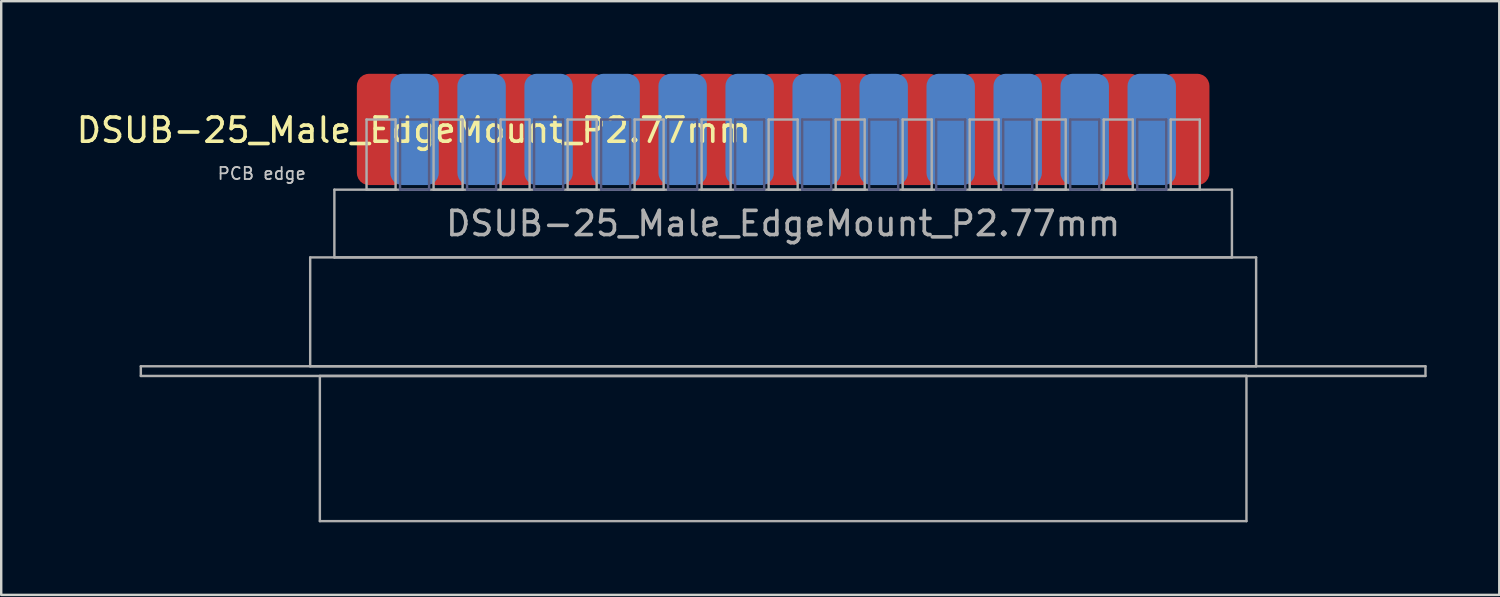
<source format=kicad_pcb>
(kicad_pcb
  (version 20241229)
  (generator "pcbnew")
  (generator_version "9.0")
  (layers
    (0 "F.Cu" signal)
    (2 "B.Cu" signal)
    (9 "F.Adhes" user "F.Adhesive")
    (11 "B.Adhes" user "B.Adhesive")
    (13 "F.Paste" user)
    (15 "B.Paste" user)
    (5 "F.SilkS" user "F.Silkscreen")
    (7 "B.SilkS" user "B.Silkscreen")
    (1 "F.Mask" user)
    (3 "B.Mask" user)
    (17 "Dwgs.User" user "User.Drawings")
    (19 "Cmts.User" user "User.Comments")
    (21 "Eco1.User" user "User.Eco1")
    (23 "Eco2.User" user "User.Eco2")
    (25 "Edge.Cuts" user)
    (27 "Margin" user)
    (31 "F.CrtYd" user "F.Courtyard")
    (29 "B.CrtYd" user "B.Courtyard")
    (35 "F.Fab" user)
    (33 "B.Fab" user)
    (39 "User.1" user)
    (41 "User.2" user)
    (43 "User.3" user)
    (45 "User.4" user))
  (footprint "DSUB-25_Male_EdgeMount_P2.77mm"
    (layer "F.Cu")
    (at 29.321 2.8)
    (property "Reference" "DSUB-25_Male_EdgeMount_P2.77mm" (at -15.267 -0.469 0) (layer "F.SilkS") (effects (font (size 1 1) (thickness 0.15))))
    (attr smd)
    (fp_line (start -15.835 -0.91) (end -15.835 1.99) (stroke (width 0.1) (type solid)) (layer "B.Fab"))
    (fp_line (start -15.835 1.99) (end -14.635 1.99) (stroke (width 0.1) (type solid)) (layer "B.Fab"))
    (fp_line (start -14.635 -0.91) (end -15.835 -0.91) (stroke (width 0.1) (type solid)) (layer "B.Fab"))
    (fp_line (start -14.635 1.99) (end -14.635 -0.91) (stroke (width 0.1) (type solid)) (layer "B.Fab"))
    (fp_line (start -13.065 -0.91) (end -13.065 1.99) (stroke (width 0.1) (type solid)) (layer "B.Fab"))
    (fp_line (start -13.065 1.99) (end -11.865 1.99) (stroke (width 0.1) (type solid)) (layer "B.Fab"))
    (fp_line (start -11.865 -0.91) (end -13.065 -0.91) (stroke (width 0.1) (type solid)) (layer "B.Fab"))
    (fp_line (start -11.865 1.99) (end -11.865 -0.91) (stroke (width 0.1) (type solid)) (layer "B.Fab"))
    (fp_line (start -10.295 -0.91) (end -10.295 1.99) (stroke (width 0.1) (type solid)) (layer "B.Fab"))
    (fp_line (start -10.295 1.99) (end -9.095 1.99) (stroke (width 0.1) (type solid)) (layer "B.Fab"))
    (fp_line (start -9.095 -0.91) (end -10.295 -0.91) (stroke (width 0.1) (type solid)) (layer "B.Fab"))
    (fp_line (start -9.095 1.99) (end -9.095 -0.91) (stroke (width 0.1) (type solid)) (layer "B.Fab"))
    (fp_line (start -7.525 -0.91) (end -7.525 1.99) (stroke (width 0.1) (type solid)) (layer "B.Fab"))
    (fp_line (start -7.525 1.99) (end -6.325 1.99) (stroke (width 0.1) (type solid)) (layer "B.Fab"))
    (fp_line (start -6.325 -0.91) (end -7.525 -0.91) (stroke (width 0.1) (type solid)) (layer "B.Fab"))
    (fp_line (start -6.325 1.99) (end -6.325 -0.91) (stroke (width 0.1) (type solid)) (layer "B.Fab"))
    (fp_line (start -4.755 -0.91) (end -4.755 1.99) (stroke (width 0.1) (type solid)) (layer "B.Fab"))
    (fp_line (start -4.755 1.99) (end -3.555 1.99) (stroke (width 0.1) (type solid)) (layer "B.Fab"))
    (fp_line (start -3.555 -0.91) (end -4.755 -0.91) (stroke (width 0.1) (type solid)) (layer "B.Fab"))
    (fp_line (start -3.555 1.99) (end -3.555 -0.91) (stroke (width 0.1) (type solid)) (layer "B.Fab"))
    (fp_line (start -1.985 -0.91) (end -1.985 1.99) (stroke (width 0.1) (type solid)) (layer "B.Fab"))
    (fp_line (start -1.985 1.99) (end -0.785 1.99) (stroke (width 0.1) (type solid)) (layer "B.Fab"))
    (fp_line (start -0.785 -0.91) (end -1.985 -0.91) (stroke (width 0.1) (type solid)) (layer "B.Fab"))
    (fp_line (start -0.785 1.99) (end -0.785 -0.91) (stroke (width 0.1) (type solid)) (layer "B.Fab"))
    (fp_line (start 0.785 -0.91) (end 0.785 1.99) (stroke (width 0.1) (type solid)) (layer "B.Fab"))
    (fp_line (start 0.785 1.99) (end 1.985 1.99) (stroke (width 0.1) (type solid)) (layer "B.Fab"))
    (fp_line (start 1.985 -0.91) (end 0.785 -0.91) (stroke (width 0.1) (type solid)) (layer "B.Fab"))
    (fp_line (start 1.985 1.99) (end 1.985 -0.91) (stroke (width 0.1) (type solid)) (layer "B.Fab"))
    (fp_line (start 3.555 -0.91) (end 3.555 1.99) (stroke (width 0.1) (type solid)) (layer "B.Fab"))
    (fp_line (start 3.555 1.99) (end 4.755 1.99) (stroke (width 0.1) (type solid)) (layer "B.Fab"))
    (fp_line (start 4.755 -0.91) (end 3.555 -0.91) (stroke (width 0.1) (type solid)) (layer "B.Fab"))
    (fp_line (start 4.755 1.99) (end 4.755 -0.91) (stroke (width 0.1) (type solid)) (layer "B.Fab"))
    (fp_line (start 6.325 -0.91) (end 6.325 1.99) (stroke (width 0.1) (type solid)) (layer "B.Fab"))
    (fp_line (start 6.325 1.99) (end 7.525 1.99) (stroke (width 0.1) (type solid)) (layer "B.Fab"))
    (fp_line (start 7.525 -0.91) (end 6.325 -0.91) (stroke (width 0.1) (type solid)) (layer "B.Fab"))
    (fp_line (start 7.525 1.99) (end 7.525 -0.91) (stroke (width 0.1) (type solid)) (layer "B.Fab"))
    (fp_line (start 9.095 -0.91) (end 9.095 1.99) (stroke (width 0.1) (type solid)) (layer "B.Fab"))
    (fp_line (start 9.095 1.99) (end 10.295 1.99) (stroke (width 0.1) (type solid)) (layer "B.Fab"))
    (fp_line (start 10.295 -0.91) (end 9.095 -0.91) (stroke (width 0.1) (type solid)) (layer "B.Fab"))
    (fp_line (start 10.295 1.99) (end 10.295 -0.91) (stroke (width 0.1) (type solid)) (layer "B.Fab"))
    (fp_line (start 11.865 -0.91) (end 11.865 1.99) (stroke (width 0.1) (type solid)) (layer "B.Fab"))
    (fp_line (start 11.865 1.99) (end 13.065 1.99) (stroke (width 0.1) (type solid)) (layer "B.Fab"))
    (fp_line (start 13.065 -0.91) (end 11.865 -0.91) (stroke (width 0.1) (type solid)) (layer "B.Fab"))
    (fp_line (start 13.065 1.99) (end 13.065 -0.91) (stroke (width 0.1) (type solid)) (layer "B.Fab"))
    (fp_line (start 14.635 -0.91) (end 14.635 1.99) (stroke (width 0.1) (type solid)) (layer "B.Fab"))
    (fp_line (start 14.635 1.99) (end 15.835 1.99) (stroke (width 0.1) (type solid)) (layer "B.Fab"))
    (fp_line (start 15.835 -0.91) (end 14.635 -0.91) (stroke (width 0.1) (type solid)) (layer "B.Fab"))
    (fp_line (start 15.835 1.99) (end 15.835 -0.91) (stroke (width 0.1) (type solid)) (layer "B.Fab"))
    (fp_line (start -26.55 9.29) (end -26.55 9.69) (stroke (width 0.1) (type solid)) (layer "F.Fab"))
    (fp_line (start -26.55 9.69) (end 26.55 9.69) (stroke (width 0.1) (type solid)) (layer "F.Fab"))
    (fp_line (start -19.55 4.79) (end -19.55 9.29) (stroke (width 0.1) (type solid)) (layer "F.Fab"))
    (fp_line (start -19.55 9.29) (end 19.55 9.29) (stroke (width 0.1) (type solid)) (layer "F.Fab"))
    (fp_line (start -19.15 9.69) (end -19.15 15.69) (stroke (width 0.1) (type solid)) (layer "F.Fab"))
    (fp_line (start -19.15 15.69) (end 19.15 15.69) (stroke (width 0.1) (type solid)) (layer "F.Fab"))
    (fp_line (start -18.55 1.99) (end -18.55 4.79) (stroke (width 0.1) (type solid)) (layer "F.Fab"))
    (fp_line (start -18.55 4.79) (end 18.55 4.79) (stroke (width 0.1) (type solid)) (layer "F.Fab"))
    (fp_line (start -17.22 -0.91) (end -17.22 1.99) (stroke (width 0.1) (type solid)) (layer "F.Fab"))
    (fp_line (start -17.22 1.99) (end -16.02 1.99) (stroke (width 0.1) (type solid)) (layer "F.Fab"))
    (fp_line (start -16.02 -0.91) (end -17.22 -0.91) (stroke (width 0.1) (type solid)) (layer "F.Fab"))
    (fp_line (start -16.02 1.99) (end -16.02 -0.91) (stroke (width 0.1) (type solid)) (layer "F.Fab"))
    (fp_line (start -14.45 -0.91) (end -14.45 1.99) (stroke (width 0.1) (type solid)) (layer "F.Fab"))
    (fp_line (start -14.45 1.99) (end -13.25 1.99) (stroke (width 0.1) (type solid)) (layer "F.Fab"))
    (fp_line (start -13.25 -0.91) (end -14.45 -0.91) (stroke (width 0.1) (type solid)) (layer "F.Fab"))
    (fp_line (start -13.25 1.99) (end -13.25 -0.91) (stroke (width 0.1) (type solid)) (layer "F.Fab"))
    (fp_line (start -11.68 -0.91) (end -11.68 1.99) (stroke (width 0.1) (type solid)) (layer "F.Fab"))
    (fp_line (start -11.68 1.99) (end -10.48 1.99) (stroke (width 0.1) (type solid)) (layer "F.Fab"))
    (fp_line (start -10.48 -0.91) (end -11.68 -0.91) (stroke (width 0.1) (type solid)) (layer "F.Fab"))
    (fp_line (start -10.48 1.99) (end -10.48 -0.91) (stroke (width 0.1) (type solid)) (layer "F.Fab"))
    (fp_line (start -8.91 -0.91) (end -8.91 1.99) (stroke (width 0.1) (type solid)) (layer "F.Fab"))
    (fp_line (start -8.91 1.99) (end -7.71 1.99) (stroke (width 0.1) (type solid)) (layer "F.Fab"))
    (fp_line (start -7.71 -0.91) (end -8.91 -0.91) (stroke (width 0.1) (type solid)) (layer "F.Fab"))
    (fp_line (start -7.71 1.99) (end -7.71 -0.91) (stroke (width 0.1) (type solid)) (layer "F.Fab"))
    (fp_line (start -6.14 -0.91) (end -6.14 1.99) (stroke (width 0.1) (type solid)) (layer "F.Fab"))
    (fp_line (start -6.14 1.99) (end -4.94 1.99) (stroke (width 0.1) (type solid)) (layer "F.Fab"))
    (fp_line (start -4.94 -0.91) (end -6.14 -0.91) (stroke (width 0.1) (type solid)) (layer "F.Fab"))
    (fp_line (start -4.94 1.99) (end -4.94 -0.91) (stroke (width 0.1) (type solid)) (layer "F.Fab"))
    (fp_line (start -3.37 -0.91) (end -3.37 1.99) (stroke (width 0.1) (type solid)) (layer "F.Fab"))
    (fp_line (start -3.37 1.99) (end -2.17 1.99) (stroke (width 0.1) (type solid)) (layer "F.Fab"))
    (fp_line (start -2.17 -0.91) (end -3.37 -0.91) (stroke (width 0.1) (type solid)) (layer "F.Fab"))
    (fp_line (start -2.17 1.99) (end -2.17 -0.91) (stroke (width 0.1) (type solid)) (layer "F.Fab"))
    (fp_line (start -0.6 -0.91) (end -0.6 1.99) (stroke (width 0.1) (type solid)) (layer "F.Fab"))
    (fp_line (start -0.6 1.99) (end 0.6 1.99) (stroke (width 0.1) (type solid)) (layer "F.Fab"))
    (fp_line (start 0.6 -0.91) (end -0.6 -0.91) (stroke (width 0.1) (type solid)) (layer "F.Fab"))
    (fp_line (start 0.6 1.99) (end 0.6 -0.91) (stroke (width 0.1) (type solid)) (layer "F.Fab"))
    (fp_line (start 2.17 -0.91) (end 2.17 1.99) (stroke (width 0.1) (type solid)) (layer "F.Fab"))
    (fp_line (start 2.17 1.99) (end 3.37 1.99) (stroke (width 0.1) (type solid)) (layer "F.Fab"))
    (fp_line (start 3.37 -0.91) (end 2.17 -0.91) (stroke (width 0.1) (type solid)) (layer "F.Fab"))
    (fp_line (start 3.37 1.99) (end 3.37 -0.91) (stroke (width 0.1) (type solid)) (layer "F.Fab"))
    (fp_line (start 4.94 -0.91) (end 4.94 1.99) (stroke (width 0.1) (type solid)) (layer "F.Fab"))
    (fp_line (start 4.94 1.99) (end 6.14 1.99) (stroke (width 0.1) (type solid)) (layer "F.Fab"))
    (fp_line (start 6.14 -0.91) (end 4.94 -0.91) (stroke (width 0.1) (type solid)) (layer "F.Fab"))
    (fp_line (start 6.14 1.99) (end 6.14 -0.91) (stroke (width 0.1) (type solid)) (layer "F.Fab"))
    (fp_line (start 7.71 -0.91) (end 7.71 1.99) (stroke (width 0.1) (type solid)) (layer "F.Fab"))
    (fp_line (start 7.71 1.99) (end 8.91 1.99) (stroke (width 0.1) (type solid)) (layer "F.Fab"))
    (fp_line (start 8.91 -0.91) (end 7.71 -0.91) (stroke (width 0.1) (type solid)) (layer "F.Fab"))
    (fp_line (start 8.91 1.99) (end 8.91 -0.91) (stroke (width 0.1) (type solid)) (layer "F.Fab"))
    (fp_line (start 10.48 -0.91) (end 10.48 1.99) (stroke (width 0.1) (type solid)) (layer "F.Fab"))
    (fp_line (start 10.48 1.99) (end 11.68 1.99) (stroke (width 0.1) (type solid)) (layer "F.Fab"))
    (fp_line (start 11.68 -0.91) (end 10.48 -0.91) (stroke (width 0.1) (type solid)) (layer "F.Fab"))
    (fp_line (start 11.68 1.99) (end 11.68 -0.91) (stroke (width 0.1) (type solid)) (layer "F.Fab"))
    (fp_line (start 13.25 -0.91) (end 13.25 1.99) (stroke (width 0.1) (type solid)) (layer "F.Fab"))
    (fp_line (start 13.25 1.99) (end 14.45 1.99) (stroke (width 0.1) (type solid)) (layer "F.Fab"))
    (fp_line (start 14.45 -0.91) (end 13.25 -0.91) (stroke (width 0.1) (type solid)) (layer "F.Fab"))
    (fp_line (start 14.45 1.99) (end 14.45 -0.91) (stroke (width 0.1) (type solid)) (layer "F.Fab"))
    (fp_line (start 16.02 -0.91) (end 16.02 1.99) (stroke (width 0.1) (type solid)) (layer "F.Fab"))
    (fp_line (start 16.02 1.99) (end 17.22 1.99) (stroke (width 0.1) (type solid)) (layer "F.Fab"))
    (fp_line (start 17.22 -0.91) (end 16.02 -0.91) (stroke (width 0.1) (type solid)) (layer "F.Fab"))
    (fp_line (start 17.22 1.99) (end 17.22 -0.91) (stroke (width 0.1) (type solid)) (layer "F.Fab"))
    (fp_line (start 18.55 1.99) (end -18.55 1.99) (stroke (width 0.1) (type solid)) (layer "F.Fab"))
    (fp_line (start 18.55 4.79) (end 18.55 1.99) (stroke (width 0.1) (type solid)) (layer "F.Fab"))
    (fp_line (start 19.15 9.69) (end -19.15 9.69) (stroke (width 0.1) (type solid)) (layer "F.Fab"))
    (fp_line (start 19.15 15.69) (end 19.15 9.69) (stroke (width 0.1) (type solid)) (layer "F.Fab"))
    (fp_line (start 19.55 4.79) (end -19.55 4.79) (stroke (width 0.1) (type solid)) (layer "F.Fab"))
    (fp_line (start 19.55 9.29) (end 19.55 4.79) (stroke (width 0.1) (type solid)) (layer "F.Fab"))
    (fp_line (start 26.55 9.29) (end -26.55 9.29) (stroke (width 0.1) (type solid)) (layer "F.Fab"))
    (fp_line (start 26.55 9.69) (end 26.55 9.29) (stroke (width 0.1) (type solid)) (layer "F.Fab"))
    (fp_text user "PCB edge" (at -21.55 1.323 0) (layer "Dwgs.User") (effects (font (size 0.5 0.5) (thickness 0.075))))
    (fp_text user "${REFERENCE}" (at 0 3.39 0) (layer "F.Fab") (effects (font (size 1 1) (thickness 0.15))))
    (pad "1" smd roundrect (at -16.62 -0.5) (size 2 4.6) (layers "F.Cu" "F.Mask" "F.Paste") (roundrect_rratio 0.25))
    (pad "2" smd roundrect (at -13.85 -0.5) (size 2 4.6) (layers "F.Cu" "F.Mask" "F.Paste") (roundrect_rratio 0.25))
    (pad "3" smd roundrect (at -11.08 -0.5) (size 2 4.6) (layers "F.Cu" "F.Mask" "F.Paste") (roundrect_rratio 0.25))
    (pad "4" smd roundrect (at -8.31 -0.5) (size 2 4.6) (layers "F.Cu" "F.Mask" "F.Paste") (roundrect_rratio 0.25))
    (pad "5" smd roundrect (at -5.54 -0.5) (size 2 4.6) (layers "F.Cu" "F.Mask" "F.Paste") (roundrect_rratio 0.25))
    (pad "6" smd roundrect (at -2.77 -0.5) (size 2 4.6) (layers "F.Cu" "F.Mask" "F.Paste") (roundrect_rratio 0.25))
    (pad "7" smd roundrect (at 0 -0.5) (size 2 4.6) (layers "F.Cu" "F.Mask" "F.Paste") (roundrect_rratio 0.25))
    (pad "8" smd roundrect (at 2.77 -0.5) (size 2 4.6) (layers "F.Cu" "F.Mask" "F.Paste") (roundrect_rratio 0.25))
    (pad "9" smd roundrect (at 5.54 -0.5) (size 2 4.6) (layers "F.Cu" "F.Mask" "F.Paste") (roundrect_rratio 0.25))
    (pad "10" smd roundrect (at 8.31 -0.5) (size 2 4.6) (layers "F.Cu" "F.Mask" "F.Paste") (roundrect_rratio 0.25))
    (pad "11" smd roundrect (at 11.08 -0.5) (size 2 4.6) (layers "F.Cu" "F.Mask" "F.Paste") (roundrect_rratio 0.25))
    (pad "12" smd roundrect (at 13.85 -0.5) (size 2 4.6) (layers "F.Cu" "F.Mask" "F.Paste") (roundrect_rratio 0.25))
    (pad "13" smd roundrect (at 16.62 -0.5) (size 2 4.6) (layers "F.Cu" "F.Mask" "F.Paste") (roundrect_rratio 0.25))
    (pad "14" smd roundrect (at -15.235 -0.5) (size 2 4.6) (layers "B.Cu" "B.Mask" "B.Paste") (roundrect_rratio 0.25))
    (pad "15" smd roundrect (at -12.465 -0.5) (size 2 4.6) (layers "B.Cu" "B.Mask" "B.Paste") (roundrect_rratio 0.25))
    (pad "16" smd roundrect (at -9.695 -0.5) (size 2 4.6) (layers "B.Cu" "B.Mask" "B.Paste") (roundrect_rratio 0.25))
    (pad "17" smd roundrect (at -6.925 -0.5) (size 2 4.6) (layers "B.Cu" "B.Mask" "B.Paste") (roundrect_rratio 0.25))
    (pad "18" smd roundrect (at -4.155 -0.5) (size 2 4.6) (layers "B.Cu" "B.Mask" "B.Paste") (roundrect_rratio 0.25))
    (pad "19" smd roundrect (at -1.385 -0.5) (size 2 4.6) (layers "B.Cu" "B.Mask" "B.Paste") (roundrect_rratio 0.25))
    (pad "20" smd roundrect (at 1.385 -0.5) (size 2 4.6) (layers "B.Cu" "B.Mask" "B.Paste") (roundrect_rratio 0.25))
    (pad "21" smd roundrect (at 4.155 -0.5) (size 2 4.6) (layers "B.Cu" "B.Mask" "B.Paste") (roundrect_rratio 0.25))
    (pad "22" smd roundrect (at 6.925 -0.5) (size 2 4.6) (layers "B.Cu" "B.Mask" "B.Paste") (roundrect_rratio 0.25))
    (pad "23" smd roundrect (at 9.695 -0.5) (size 2 4.6) (layers "B.Cu" "B.Mask" "B.Paste") (roundrect_rratio 0.25))
    (pad "24" smd roundrect (at 12.465 -0.5) (size 2 4.6) (layers "B.Cu" "B.Mask" "B.Paste") (roundrect_rratio 0.25))
    (pad "25" smd roundrect (at 15.235 -0.5) (size 2 4.6) (layers "B.Cu" "B.Mask" "B.Paste") (roundrect_rratio 0.25)))
  (gr_rect
    (start -3 -3)
    (end 58.921 21.54)
    (stroke (width 0.1) (type default))
    (fill no)
    (layer "Edge.Cuts")))
</source>
